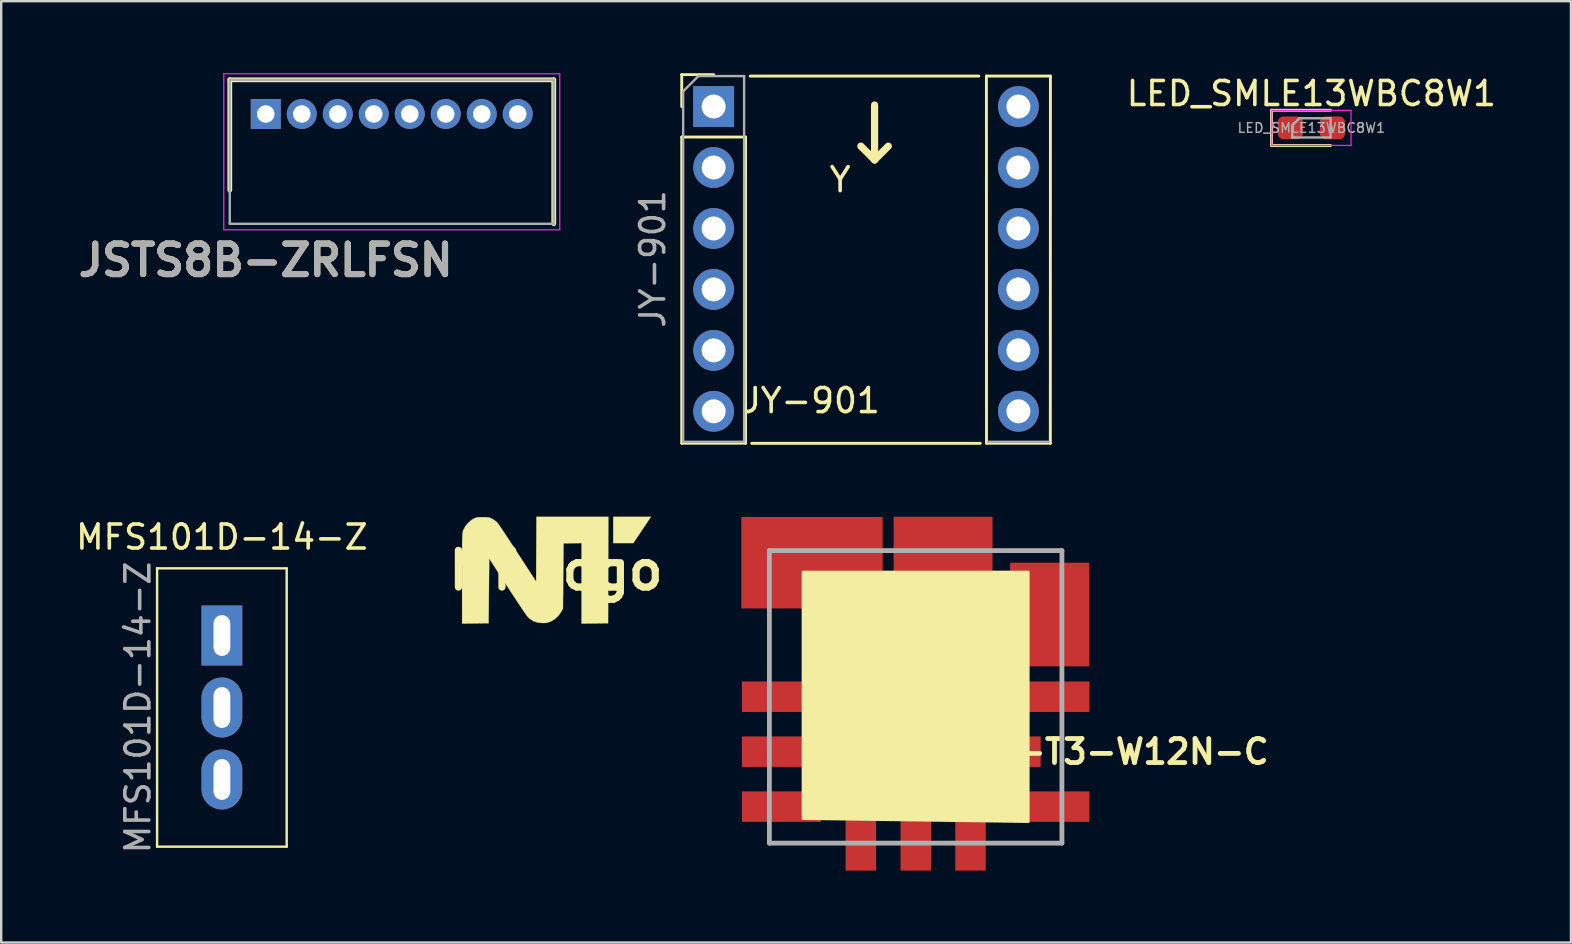
<source format=kicad_pcb>
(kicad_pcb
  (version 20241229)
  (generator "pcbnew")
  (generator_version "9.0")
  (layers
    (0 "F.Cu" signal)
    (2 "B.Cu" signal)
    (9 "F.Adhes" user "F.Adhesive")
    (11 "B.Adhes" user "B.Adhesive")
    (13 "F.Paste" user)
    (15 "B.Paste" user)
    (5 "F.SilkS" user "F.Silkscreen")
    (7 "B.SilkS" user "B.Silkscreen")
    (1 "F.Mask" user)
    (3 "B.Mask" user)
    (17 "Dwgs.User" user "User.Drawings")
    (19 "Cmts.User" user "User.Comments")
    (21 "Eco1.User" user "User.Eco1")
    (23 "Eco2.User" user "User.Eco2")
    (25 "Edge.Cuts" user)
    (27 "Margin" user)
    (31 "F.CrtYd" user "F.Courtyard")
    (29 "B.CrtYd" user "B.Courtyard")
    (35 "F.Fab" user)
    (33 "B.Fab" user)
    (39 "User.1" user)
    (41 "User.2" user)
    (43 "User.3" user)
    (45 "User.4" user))
  (footprint "JY-901"
    (layer "F.Cu")
    (at 26.688 1.39)
    (property "Reference" "JY-901" (at 4.064 12.255 0) (layer "F.SilkS") (effects (font (size 1 1) (thickness 0.15))))
    (attr through_hole)
    (fp_line (start -1.33 -1.33) (end 0 -1.33) (stroke (width 0.12) (type solid)) (layer "F.SilkS"))
    (fp_line (start -1.33 0) (end -1.33 -1.33) (stroke (width 0.12) (type solid)) (layer "F.SilkS"))
    (fp_line (start -1.33 1.27) (end -1.33 14.03) (stroke (width 0.12) (type solid)) (layer "F.SilkS"))
    (fp_line (start -1.33 1.27) (end 1.33 1.27) (stroke (width 0.12) (type solid)) (layer "F.SilkS"))
    (fp_line (start -1.33 14.03) (end 1.33 14.03) (stroke (width 0.12) (type solid)) (layer "F.SilkS"))
    (fp_line (start 1.33 1.27) (end 1.33 14.03) (stroke (width 0.12) (type solid)) (layer "F.SilkS"))
    (fp_line (start 1.524 -1.27) (end 11.049 -1.27) (stroke (width 0.12) (type solid)) (layer "F.SilkS"))
    (fp_line (start 1.587 14.034) (end 11.113 14.034) (stroke (width 0.12) (type solid)) (layer "F.SilkS"))
    (fp_line (start 11.367 -1.27) (end 11.37 14.03) (stroke (width 0.12) (type solid)) (layer "F.SilkS"))
    (fp_line (start 11.367 -1.27) (end 14.034 -1.27) (stroke (width 0.12) (type solid)) (layer "F.SilkS"))
    (fp_line (start 11.37 14.03) (end 14.03 14.03) (stroke (width 0.12) (type solid)) (layer "F.SilkS"))
    (fp_line (start 14.034 -1.27) (end 14.03 14.03) (stroke (width 0.12) (type solid)) (layer "F.SilkS"))
    (fp_line (start -1.27 -0.635) (end -0.635 -1.27) (stroke (width 0.1) (type solid)) (layer "F.Fab"))
    (fp_line (start -1.27 13.97) (end -1.27 -0.635) (stroke (width 0.1) (type solid)) (layer "F.Fab"))
    (fp_line (start -0.635 -1.27) (end 1.27 -1.27) (stroke (width 0.1) (type solid)) (layer "F.Fab"))
    (fp_line (start 1.27 -1.27) (end 1.27 13.97) (stroke (width 0.1) (type solid)) (layer "F.Fab"))
    (fp_line (start 1.27 13.97) (end -1.27 13.97) (stroke (width 0.1) (type solid)) (layer "F.Fab"))
    (fp_line (start 13.97 13.97) (end 11.43 13.97) (stroke (width 0.1) (type solid)) (layer "F.Fab"))
    (fp_text user "Y" (at 5.271 3.048 0) (layer "F.SilkS") (effects (font (size 1 1) (thickness 0.15))))
    (fp_text user "←" (at 6.477 1.079 270) (layer "F.SilkS") (effects (font (size 3 3) (thickness 0.3))))
    (fp_text user "${REFERENCE}" (at -2.54 6.35 90) (layer "F.Fab") (effects (font (size 1 1) (thickness 0.15))))
    (pad "1" thru_hole rect (at 0 0) (size 1.7 1.7) (drill 1) (layers "*.Cu" "*.Mask"))
    (pad "2" thru_hole oval (at 0 2.54) (size 1.7 1.7) (drill 1) (layers "*.Cu" "*.Mask"))
    (pad "3" thru_hole oval (at 0 5.08) (size 1.7 1.7) (drill 1) (layers "*.Cu" "*.Mask"))
    (pad "4" thru_hole oval (at 0 7.62) (size 1.7 1.7) (drill 1) (layers "*.Cu" "*.Mask"))
    (pad "5" thru_hole oval (at 0 10.16) (size 1.7 1.7) (drill 1) (layers "*.Cu" "*.Mask"))
    (pad "6" thru_hole oval (at 0 12.7) (size 1.7 1.7) (drill 1) (layers "*.Cu" "*.Mask"))
    (pad "7" thru_hole oval (at 12.7 12.7) (size 1.7 1.7) (drill 1) (layers "*.Cu" "*.Mask"))
    (pad "8" thru_hole oval (at 12.7 10.16) (size 1.7 1.7) (drill 1) (layers "*.Cu" "*.Mask"))
    (pad "9" thru_hole oval (at 12.7 7.62) (size 1.7 1.7) (drill 1) (layers "*.Cu" "*.Mask"))
    (pad "10" thru_hole oval (at 12.7 5.08) (size 1.7 1.7) (drill 1) (layers "*.Cu" "*.Mask"))
    (pad "11" thru_hole oval (at 12.7 2.54) (size 1.7 1.7) (drill 1) (layers "*.Cu" "*.Mask"))
    (pad "12" thru_hole circle (at 12.7 0) (size 1.7 1.7) (drill 1) (layers "*.Cu" "*.Mask")))
  (footprint "MFS101D-14-Z"
    (layer "F.Cu")
    (at 6.196 26.432)
    (property "Reference" "MFS101D-14-Z" (at 0 -7.1 0) (layer "F.SilkS") (effects (font (size 1 1) (thickness 0.15))))
    (attr through_hole)
    (fp_line (start -2.7 -5.8) (end -2.7 5.8) (stroke (width 0.1) (type solid)) (layer "F.SilkS"))
    (fp_line (start -2.7 5.8) (end 2.7 5.8) (stroke (width 0.1) (type solid)) (layer "F.SilkS"))
    (fp_line (start 2.7 -5.8) (end -2.7 -5.8) (stroke (width 0.1) (type solid)) (layer "F.SilkS"))
    (fp_line (start 2.7 5.8) (end 2.7 -5.8) (stroke (width 0.1) (type solid)) (layer "F.SilkS"))
    (fp_text user "${REFERENCE}" (at -3.5 0 90) (layer "F.Fab") (effects (font (size 1 1) (thickness 0.15))))
    (pad "1" thru_hole rect (at 0 -3) (size 1.7 2.5) (drill oval 0.7 1.7) (layers "*.Cu" "*.Mask"))
    (pad "2" thru_hole oval (at 0 0) (size 1.7 2.5) (drill oval 0.7 1.7) (layers "*.Cu" "*.Mask"))
    (pad "3" thru_hole oval (at 0 3) (size 1.7 2.5) (drill oval 0.7 1.7) (layers "*.Cu" "*.Mask")))
  (footprint "LED_SMLE13WBC8W1"
    (layer "F.Cu")
    (at 51.597 2.278)
    (property "Reference" "LED_SMLE13WBC8W1" (at 0 -1.43 0) (layer "F.SilkS") (effects (font (size 1 1) (thickness 0.15))))
    (attr smd)
    (fp_line (start -1.66 -0.735) (end -1.66 0.735) (stroke (width 0.12) (type solid)) (layer "F.SilkS"))
    (fp_line (start -1.66 0.735) (end 0.8 0.735) (stroke (width 0.12) (type solid)) (layer "F.SilkS"))
    (fp_line (start 0.8 -0.735) (end -1.66 -0.735) (stroke (width 0.12) (type solid)) (layer "F.SilkS"))
    (fp_line (start -1.65 -0.73) (end 1.65 -0.73) (stroke (width 0.05) (type solid)) (layer "F.CrtYd"))
    (fp_line (start -1.65 0.73) (end -1.65 -0.73) (stroke (width 0.05) (type solid)) (layer "F.CrtYd"))
    (fp_line (start 1.65 -0.73) (end 1.65 0.73) (stroke (width 0.05) (type solid)) (layer "F.CrtYd"))
    (fp_line (start 1.65 0.73) (end -1.65 0.73) (stroke (width 0.05) (type solid)) (layer "F.CrtYd"))
    (fp_line (start -0.8 -0.1) (end -0.8 0.4) (stroke (width 0.1) (type solid)) (layer "F.Fab"))
    (fp_line (start -0.8 0.4) (end 0.8 0.4) (stroke (width 0.1) (type solid)) (layer "F.Fab"))
    (fp_line (start -0.5 -0.4) (end -0.8 -0.1) (stroke (width 0.1) (type solid)) (layer "F.Fab"))
    (fp_line (start 0.8 -0.4) (end -0.5 -0.4) (stroke (width 0.1) (type solid)) (layer "F.Fab"))
    (fp_line (start 0.8 0.4) (end 0.8 -0.4) (stroke (width 0.1) (type solid)) (layer "F.Fab"))
    (fp_text user "${REFERENCE}" (at 0 0 0) (layer "F.Fab") (effects (font (size 0.4 0.4) (thickness 0.06))))
    (pad "1" smd roundrect (at -0.875 0) (size 1.05 0.95) (layers "F.Cu" "F.Mask" "F.Paste") (roundrect_rratio 0.25))
    (pad "2" smd roundrect (at 0.875 0) (size 1.05 0.95) (layers "F.Cu" "F.Mask" "F.Paste") (roundrect_rratio 0.25)))
  (footprint "OKL-T3-W12N-C"
    (layer "F.Cu")
    (at 41.201 32.083)
    (property "Reference" "OKL-T3-W12N-C" (at 1.905 -3.81 0) (layer "F.SilkS") (effects (font (size 1 1) (thickness 0.2))))
    (attr smd)
    (fp_line (start -12.19 -12.19) (end 0 -12.19) (stroke (width 0.1) (type solid)) (layer "F.SilkS"))
    (fp_line (start -12.19 0) (end -12.19 -12.19) (stroke (width 0.1) (type solid)) (layer "F.SilkS"))
    (fp_line (start 0 -12.19) (end 0 0) (stroke (width 0.1) (type solid)) (layer "F.SilkS"))
    (fp_line (start 0 0) (end -12.19 0) (stroke (width 0.1) (type solid)) (layer "F.SilkS"))
    (fp_poly (pts (xy -1.397 -0.889) (xy -10.795 -1.016) (xy -10.795 -11.303) (xy -1.397 -11.303)) (stroke (width 0.1) (type solid)) (fill yes) (layer "F.SilkS"))
    (fp_line (start -12.19 -12.19) (end -12.19 0) (stroke (width 0.2) (type solid)) (layer "F.Fab"))
    (fp_line (start -12.19 0) (end 0 0) (stroke (width 0.2) (type solid)) (layer "F.Fab"))
    (fp_line (start 0 -12.19) (end -12.19 -12.19) (stroke (width 0.2) (type solid)) (layer "F.Fab"))
    (fp_line (start 0 0) (end 0 -12.19) (stroke (width 0.2) (type solid)) (layer "F.Fab"))
    (pad "1" smd rect (at -11.685 -6.1 90) (size 1.27 3.3) (layers "F.Cu" "F.Mask" "F.Paste"))
    (pad "2" smd rect (at -10.414 -11.684 90) (size 3.81 5.89) (layers "F.Cu" "F.Mask" "F.Paste"))
    (pad "3" smd rect (at -4.953 -11.684 90) (size 3.83 4.12) (layers "F.Cu" "F.Mask" "F.Paste"))
    (pad "4" smd rect (at -0.508 -9.525) (size 3.3 4.32) (layers "F.Cu" "F.Mask" "F.Paste"))
    (pad "5" smd rect (at -0.505 -6.1 90) (size 1.27 3.3) (layers "F.Cu" "F.Mask" "F.Paste"))
    (pad "6" smd rect (at -0.505 -1.52 90) (size 1.27 3.3) (layers "F.Cu" "F.Mask" "F.Paste"))
    (pad "7" smd rect (at -6.09 -0.505 90) (size 3.3 1.27) (layers "F.Cu" "F.Mask" "F.Paste"))
    (pad "8" smd rect (at -8.38 -0.505 90) (size 3.3 1.27) (layers "F.Cu" "F.Mask" "F.Paste"))
    (pad "9" smd rect (at -11.685 -1.52 90) (size 1.27 3.3) (layers "F.Cu" "F.Mask" "F.Paste"))
    (pad "10" smd rect (at -11.685 -3.81 90) (size 1.27 3.3) (layers "F.Cu" "F.Mask" "F.Paste"))
    (pad "11" smd rect (at -1.52 -3.81 90) (size 1.27 1.27) (layers "F.Cu" "F.Paste"))
    (pad "12" smd rect (at -3.81 -0.505 90) (size 3.3 1.27) (layers "F.Cu" "F.Mask" "F.Paste")))
  (footprint "JSTS8B-ZRLFSN"
    (layer "F.Cu")
    (at 8.025 4.875)
    (property "Reference" "JSTS8B-ZRLFSN" (at 0 2.921 0) (layer "F.SilkS") (effects (font (size 1.27 1.27) (thickness 0.254))))
    (attr through_hole)
    (fp_line (start -1.5 -4.6) (end 12 -4.6) (stroke (width 0.2) (type solid)) (layer "F.SilkS"))
    (fp_line (start -1.5 0) (end -1.5 -4.6) (stroke (width 0.2) (type solid)) (layer "F.SilkS"))
    (fp_line (start 12 -4.6) (end 12 1.4) (stroke (width 0.2) (type solid)) (layer "F.SilkS"))
    (fp_line (start -1.75 -4.85) (end -1.75 1.65) (stroke (width 0.05) (type solid)) (layer "F.CrtYd"))
    (fp_line (start -1.75 1.65) (end 12.25 1.65) (stroke (width 0.05) (type solid)) (layer "F.CrtYd"))
    (fp_line (start 12.25 -4.85) (end -1.75 -4.85) (stroke (width 0.05) (type solid)) (layer "F.CrtYd"))
    (fp_line (start 12.25 1.65) (end 12.25 -4.85) (stroke (width 0.05) (type solid)) (layer "F.CrtYd"))
    (fp_line (start -1.5 -4.6) (end 12 -4.6) (stroke (width 0.1) (type solid)) (layer "F.Fab"))
    (fp_line (start -1.5 1.4) (end -1.5 -4.6) (stroke (width 0.1) (type solid)) (layer "F.Fab"))
    (fp_line (start 12 -4.6) (end 12 1.4) (stroke (width 0.1) (type solid)) (layer "F.Fab"))
    (fp_line (start 12 1.4) (end -1.5 1.4) (stroke (width 0.1) (type solid)) (layer "F.Fab"))
    (fp_text user "${REFERENCE}" (at 0 2.921 0) (layer "F.Fab") (effects (font (size 1.27 1.27) (thickness 0.254))))
    (pad "1" thru_hole rect (at 0 -3.175) (size 1.25 1.25) (drill 0.73) (layers "*.Cu" "*.Mask"))
    (pad "2" thru_hole circle (at 1.5 -3.175) (size 1.25 1.25) (drill 0.73) (layers "*.Cu" "*.Mask"))
    (pad "3" thru_hole circle (at 3 -3.175) (size 1.25 1.25) (drill 0.73) (layers "*.Cu" "*.Mask"))
    (pad "4" thru_hole circle (at 4.5 -3.175) (size 1.25 1.25) (drill 0.73) (layers "*.Cu" "*.Mask"))
    (pad "5" thru_hole circle (at 6 -3.175) (size 1.25 1.25) (drill 0.73) (layers "*.Cu" "*.Mask"))
    (pad "6" thru_hole circle (at 7.5 -3.175) (size 1.25 1.25) (drill 0.73) (layers "*.Cu" "*.Mask"))
    (pad "7" thru_hole circle (at 9 -3.175) (size 1.25 1.25) (drill 0.73) (layers "*.Cu" "*.Mask"))
    (pad "8" thru_hole circle (at 10.5 -3.175) (size 1.25 1.25) (drill 0.73) (layers "*.Cu" "*.Mask")))
  (footprint "NT_logo"
    (layer "F.Cu")
    (at 20.117 20.724)
    (property "Reference" "NT_logo" (at 0 0 0) (layer "F.SilkS") (effects (font (size 1.524 1.524) (thickness 0.3))))
    (attr through_hole)
    (fp_poly (pts (xy 3.224 -1.143) (xy 2.388 -1.143) (xy 2.388 -2.235) (xy 3.956 -2.235) (xy 3.224 -1.143)) (stroke (width 0.01) (type solid)) (fill yes) (layer "F.SilkS"))
    (fp_poly (pts (xy 2.178 -0.019) (xy 2.172 2.197) (xy 1.067 2.211) (xy 1.067 -1.144) (xy 0.692 -1.137) (xy 0.318 -1.13) (xy 0.292 1.587) (xy 0.218 1.722) (xy 0.099 1.888) (xy -0.056 2.029) (xy -0.218 2.125) (xy -0.31 2.161) (xy -0.401 2.181) (xy -0.514 2.188) (xy -0.558 2.188) (xy -0.768 2.167) (xy -0.951 2.104) (xy -1.108 1.998) (xy -1.176 1.93) (xy -1.21 1.886) (xy -1.269 1.804) (xy -1.349 1.688) (xy -1.447 1.543) (xy -1.561 1.372) (xy -1.688 1.181) (xy -1.824 0.974) (xy -1.967 0.756) (xy -2.032 0.656) (xy -2.781 -0.5) (xy -2.807 2.197) (xy -3.912 2.211) (xy -3.912 0.332) (xy -3.912 -0.022) (xy -3.911 -0.329) (xy -3.911 -0.593) (xy -3.91 -0.817) (xy -3.909 -1.004) (xy -3.908 -1.159) (xy -3.905 -1.286) (xy -3.902 -1.387) (xy -3.899 -1.467) (xy -3.894 -1.529) (xy -3.888 -1.577) (xy -3.882 -1.614) (xy -3.874 -1.645) (xy -3.865 -1.673) (xy -3.859 -1.687) (xy -3.78 -1.839) (xy -3.663 -1.982) (xy -3.522 -2.102) (xy -3.451 -2.147) (xy -3.385 -2.181) (xy -3.328 -2.203) (xy -3.265 -2.216) (xy -3.181 -2.221) (xy -3.062 -2.222) (xy -3.048 -2.223) (xy -2.925 -2.221) (xy -2.838 -2.216) (xy -2.774 -2.205) (xy -2.717 -2.184) (xy -2.653 -2.151) (xy -2.645 -2.147) (xy -2.554 -2.088) (xy -2.468 -2.018) (xy -2.428 -1.977) (xy -2.399 -1.938) (xy -2.345 -1.86) (xy -2.269 -1.749) (xy -2.175 -1.607) (xy -2.064 -1.441) (xy -1.94 -1.252) (xy -1.805 -1.047) (xy -1.663 -0.83) (xy -1.586 -0.711) (xy -0.826 0.46) (xy -0.819 -0.888) (xy -0.812 -2.235) (xy 0.686 -2.235) (xy 2.185 -2.235) (xy 2.178 -0.019)) (stroke (width 0.01) (type solid)) (fill yes) (layer "F.SilkS")))
  (gr_rect
    (start -3 -3)
    (end 62.413 36.227)
    (stroke (width 0.1) (type default))
    (fill no)
    (layer "Edge.Cuts")))
</source>
